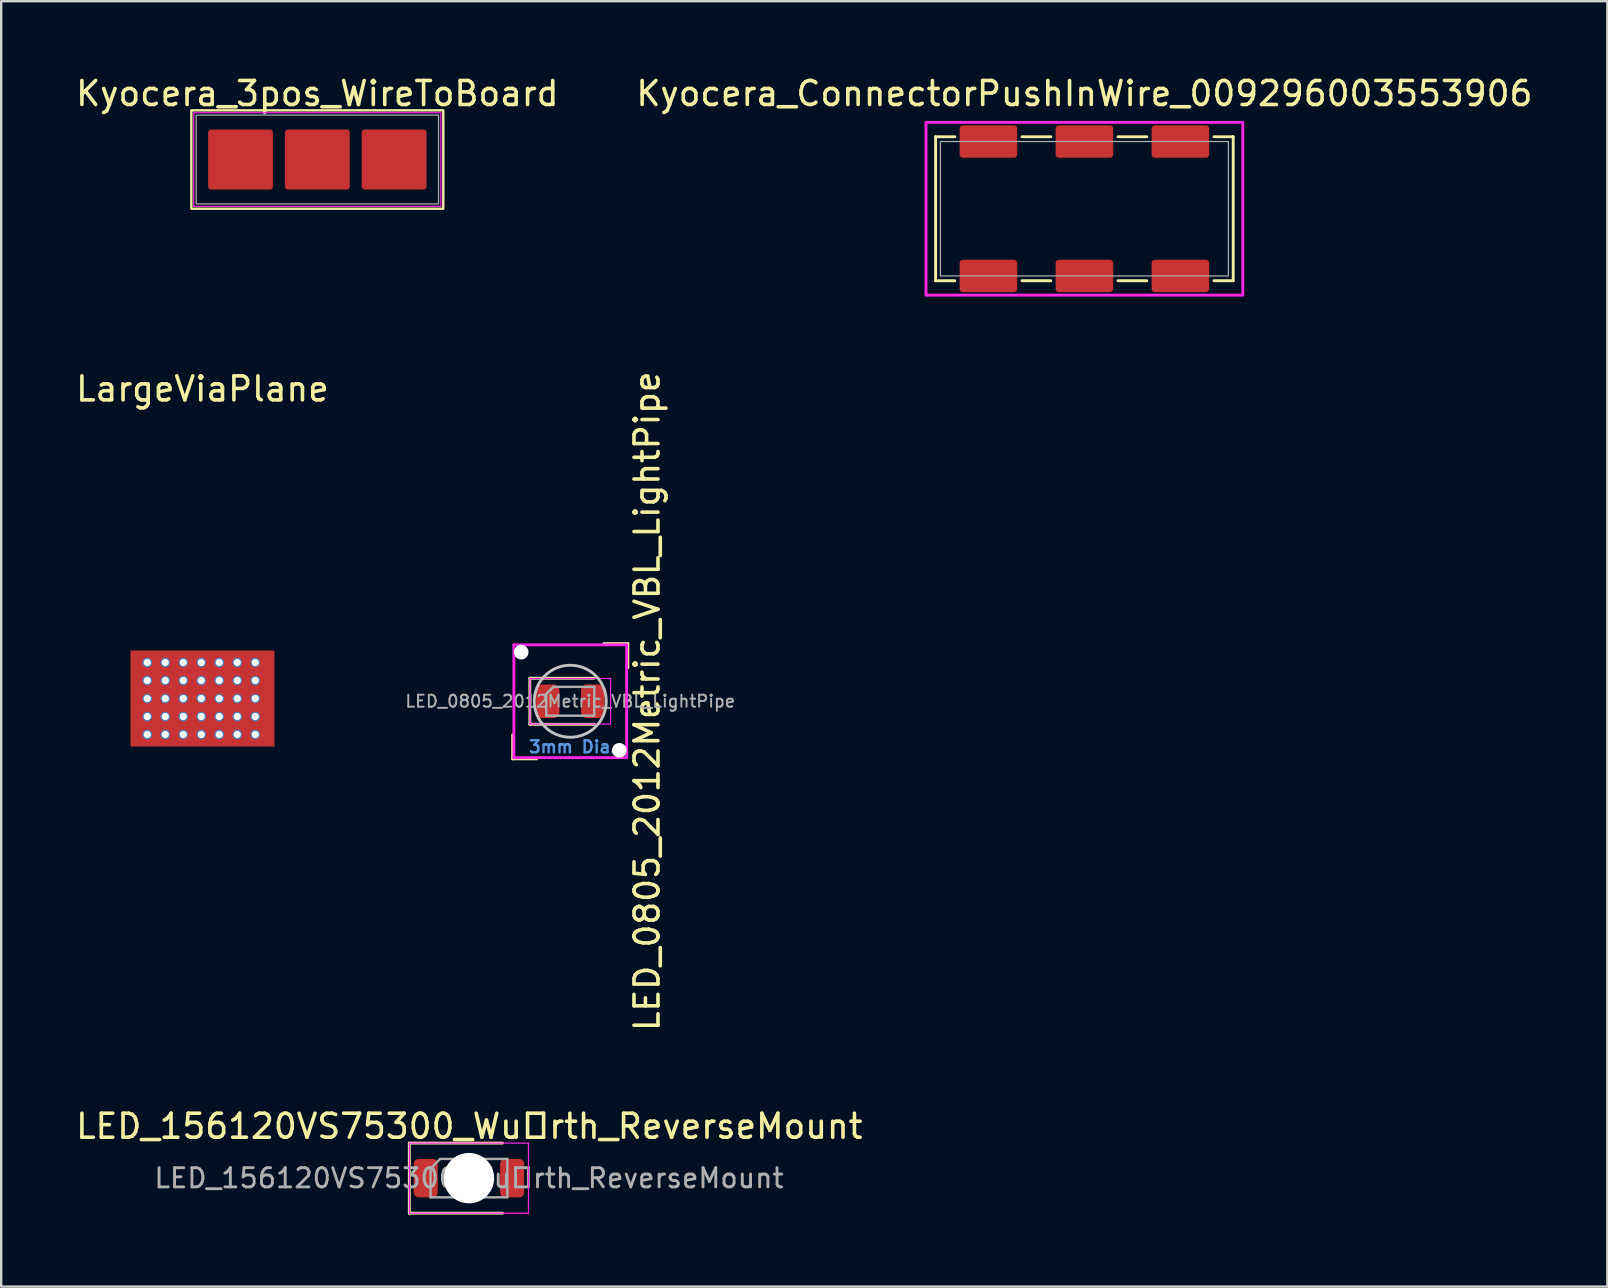
<source format=kicad_pcb>
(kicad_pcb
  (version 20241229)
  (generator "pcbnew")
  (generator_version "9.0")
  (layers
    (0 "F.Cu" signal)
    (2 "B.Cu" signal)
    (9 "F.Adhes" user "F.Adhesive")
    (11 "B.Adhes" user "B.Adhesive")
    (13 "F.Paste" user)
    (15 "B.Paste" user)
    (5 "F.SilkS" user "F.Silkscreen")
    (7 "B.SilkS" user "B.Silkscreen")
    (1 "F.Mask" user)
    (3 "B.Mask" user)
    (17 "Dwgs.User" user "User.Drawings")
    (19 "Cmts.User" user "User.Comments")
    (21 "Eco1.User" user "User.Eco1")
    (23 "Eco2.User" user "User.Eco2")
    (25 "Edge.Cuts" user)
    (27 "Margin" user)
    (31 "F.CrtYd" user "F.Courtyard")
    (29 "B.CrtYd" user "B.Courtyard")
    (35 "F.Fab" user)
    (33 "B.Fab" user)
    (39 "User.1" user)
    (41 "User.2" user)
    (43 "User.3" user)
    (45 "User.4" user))
  (footprint "LED_156120VS75300_Würth_ReverseMount"
    (layer "F.Cu")
    (at 16.506 45.983)
    (property "Reference" "LED_156120VS75300_Würth_ReverseMount" (at 0 -2.1 0) (unlocked yes) (layer "F.SilkS") (effects (font (size 1 1) (thickness 0.15))))
    (attr smd)
    (fp_line (start -2.5 -1.4) (end -2.5 1.52) (stroke (width 0.12) (type solid)) (layer "F.SilkS"))
    (fp_line (start -2.5 1.52) (end 1.385 1.52) (stroke (width 0.12) (type solid)) (layer "F.SilkS"))
    (fp_line (start 1.385 -1.4) (end -2.5 -1.4) (stroke (width 0.12) (type solid)) (layer "F.SilkS"))
    (fp_line (start -2.495 -1.4) (end 2.465 -1.4) (stroke (width 0.05) (type solid)) (layer "F.CrtYd"))
    (fp_line (start -2.495 1.52) (end -2.495 -1.4) (stroke (width 0.05) (type solid)) (layer "F.CrtYd"))
    (fp_line (start 2.465 -1.4) (end 2.465 1.52) (stroke (width 0.05) (type solid)) (layer "F.CrtYd"))
    (fp_line (start 2.465 1.52) (end -2.495 1.52) (stroke (width 0.05) (type solid)) (layer "F.CrtYd"))
    (fp_line (start -1.615 -0.34) (end -1.615 0.86) (stroke (width 0.1) (type solid)) (layer "F.Fab"))
    (fp_line (start -1.615 0.86) (end 1.585 0.86) (stroke (width 0.1) (type solid)) (layer "F.Fab"))
    (fp_line (start -1.215 -0.74) (end -1.615 -0.34) (stroke (width 0.1) (type solid)) (layer "F.Fab"))
    (fp_line (start 1.585 -0.74) (end -1.215 -0.74) (stroke (width 0.1) (type solid)) (layer "F.Fab"))
    (fp_line (start 1.585 0.86) (end 1.585 -0.74) (stroke (width 0.1) (type solid)) (layer "F.Fab"))
    (fp_text user "${REFERENCE}" (at -0.015 0.06 180) (layer "F.Fab") (effects (font (size 0.8 0.8) (thickness 0.12))))
    (pad "" np_thru_hole circle (at -0.015 0.06) (size 2.1 2.1) (drill 2.1) (layers "*.Cu" "*.Mask"))
    (pad "1" smd roundrect (at -1.815 0.06) (size 1 1.6) (layers "F.Cu" "F.Mask" "F.Paste") (roundrect_rratio 0.2))
    (pad "2" smd roundrect (at 1.785 0.06) (size 1 1.6) (layers "F.Cu" "F.Mask" "F.Paste") (roundrect_rratio 0.2)))
  (footprint "Kyocera_ConnectorPushInWire_009296003553906"
    (layer "F.Cu")
    (at 42.137 5.648)
    (property "Reference" "Kyocera_ConnectorPushInWire_009296003553906" (at 0 -4.8 0) (unlocked yes) (layer "F.SilkS") (effects (font (size 1 1) (thickness 0.15))))
    (attr smd)
    (fp_line (start -6.2 -3) (end -6.2 3) (stroke (width 0.12) (type solid)) (layer "F.SilkS"))
    (fp_line (start -6.2 3) (end -5.4 3) (stroke (width 0.12) (type solid)) (layer "F.SilkS"))
    (fp_line (start -5.4 -3) (end -6.2 -3) (stroke (width 0.12) (type solid)) (layer "F.SilkS"))
    (fp_line (start -2.6 3) (end -1.4 3) (stroke (width 0.12) (type solid)) (layer "F.SilkS"))
    (fp_line (start -1.4 -3) (end -2.6 -3) (stroke (width 0.12) (type solid)) (layer "F.SilkS"))
    (fp_line (start 1.4 3) (end 2.6 3) (stroke (width 0.12) (type solid)) (layer "F.SilkS"))
    (fp_line (start 2.6 -3) (end 1.4 -3) (stroke (width 0.12) (type solid)) (layer "F.SilkS"))
    (fp_line (start 5.4 3) (end 6.2 3) (stroke (width 0.12) (type solid)) (layer "F.SilkS"))
    (fp_line (start 6.2 -3) (end 5.4 -3) (stroke (width 0.12) (type solid)) (layer "F.SilkS"))
    (fp_line (start 6.2 3) (end 6.2 -3) (stroke (width 0.12) (type solid)) (layer "F.SilkS"))
    (fp_rect (start -6.6 -3.6) (end 6.6 3.6) (stroke (width 0.12) (type solid)) (fill no) (layer "F.CrtYd"))
    (fp_rect (start -6 -2.8) (end 6 2.8) (stroke (width 0.05) (type solid)) (fill no) (layer "F.Fab"))
    (pad "1" smd roundrect (at -4 -2.8) (size 2.4 1.35) (layers "F.Cu" "F.Mask" "F.Paste") (roundrect_rratio 0.1))
    (pad "1" smd roundrect (at -4 2.8) (size 2.4 1.35) (layers "F.Cu" "F.Mask" "F.Paste") (roundrect_rratio 0.1))
    (pad "2" smd roundrect (at 0 -2.8) (size 2.4 1.35) (layers "F.Cu" "F.Mask" "F.Paste") (roundrect_rratio 0.1))
    (pad "2" smd roundrect (at 0 2.8) (size 2.4 1.35) (layers "F.Cu" "F.Mask" "F.Paste") (roundrect_rratio 0.1))
    (pad "3" smd roundrect (at 4 -2.8) (size 2.4 1.35) (layers "F.Cu" "F.Mask" "F.Paste") (roundrect_rratio 0.1))
    (pad "3" smd roundrect (at 4 2.8) (size 2.4 1.35) (layers "F.Cu" "F.Mask" "F.Paste") (roundrect_rratio 0.1)))
  (footprint "LargeViaPlane"
    (layer "F.Cu")
    (at 5.387 26.157)
    (property "Reference" "LargeViaPlane" (at 0 -13 0) (unlocked yes) (layer "F.SilkS") (effects (font (size 1 1) (thickness 0.15))))
    (attr smd)
    (pad "1" thru_hole circle (at -2.3 -1.6) (size 0.4 0.4) (drill 0.3) (layers "*.Cu" "*.Mask"))
    (pad "1" thru_hole circle (at -2.3 -0.85) (size 0.4 0.4) (drill 0.3) (layers "*.Cu" "*.Mask"))
    (pad "1" thru_hole circle (at -2.3 -0.1) (size 0.4 0.4) (drill 0.3) (layers "*.Cu" "*.Mask"))
    (pad "1" thru_hole circle (at -2.3 0.65) (size 0.4 0.4) (drill 0.3) (layers "*.Cu" "*.Mask"))
    (pad "1" thru_hole circle (at -2.3 1.4) (size 0.4 0.4) (drill 0.3) (layers "*.Cu" "*.Mask"))
    (pad "1" thru_hole circle (at -1.55 -1.6) (size 0.4 0.4) (drill 0.3) (layers "*.Cu" "*.Mask"))
    (pad "1" thru_hole circle (at -1.55 -0.85) (size 0.4 0.4) (drill 0.3) (layers "*.Cu" "*.Mask"))
    (pad "1" thru_hole circle (at -1.55 -0.1) (size 0.4 0.4) (drill 0.3) (layers "*.Cu" "*.Mask"))
    (pad "1" thru_hole circle (at -1.55 0.65) (size 0.4 0.4) (drill 0.3) (layers "*.Cu" "*.Mask"))
    (pad "1" thru_hole circle (at -1.55 1.4) (size 0.4 0.4) (drill 0.3) (layers "*.Cu" "*.Mask"))
    (pad "1" thru_hole circle (at -0.8 -1.6) (size 0.4 0.4) (drill 0.3) (layers "*.Cu" "*.Mask"))
    (pad "1" thru_hole circle (at -0.8 -0.85) (size 0.4 0.4) (drill 0.3) (layers "*.Cu" "*.Mask"))
    (pad "1" thru_hole circle (at -0.8 -0.1) (size 0.4 0.4) (drill 0.3) (layers "*.Cu" "*.Mask"))
    (pad "1" thru_hole circle (at -0.8 0.65) (size 0.4 0.4) (drill 0.3) (layers "*.Cu" "*.Mask"))
    (pad "1" thru_hole circle (at -0.8 1.4) (size 0.4 0.4) (drill 0.3) (layers "*.Cu" "*.Mask"))
    (pad "1" thru_hole circle (at -0.05 -1.6) (size 0.4 0.4) (drill 0.3) (layers "*.Cu" "*.Mask"))
    (pad "1" thru_hole circle (at -0.05 -0.85) (size 0.4 0.4) (drill 0.3) (layers "*.Cu" "*.Mask"))
    (pad "1" thru_hole circle (at -0.05 -0.1) (size 0.4 0.4) (drill 0.3) (layers "*.Cu" "*.Mask"))
    (pad "1" thru_hole circle (at -0.05 0.65) (size 0.4 0.4) (drill 0.3) (layers "*.Cu" "*.Mask"))
    (pad "1" thru_hole circle (at -0.05 1.4) (size 0.4 0.4) (drill 0.3) (layers "*.Cu" "*.Mask"))
    (pad "1" smd rect (at 0 -0.1) (size 6 4) (layers "F.Cu" "F.Mask" "F.Paste"))
    (pad "1" thru_hole circle (at 0.7 -1.6) (size 0.4 0.4) (drill 0.3) (layers "*.Cu" "*.Mask"))
    (pad "1" thru_hole circle (at 0.7 -0.85) (size 0.4 0.4) (drill 0.3) (layers "*.Cu" "*.Mask"))
    (pad "1" thru_hole circle (at 0.7 -0.1) (size 0.4 0.4) (drill 0.3) (layers "*.Cu" "*.Mask"))
    (pad "1" thru_hole circle (at 0.7 0.65) (size 0.4 0.4) (drill 0.3) (layers "*.Cu" "*.Mask"))
    (pad "1" thru_hole circle (at 0.7 1.4) (size 0.4 0.4) (drill 0.3) (layers "*.Cu" "*.Mask"))
    (pad "1" thru_hole circle (at 1.45 -1.6) (size 0.4 0.4) (drill 0.3) (layers "*.Cu" "*.Mask"))
    (pad "1" thru_hole circle (at 1.45 -0.85) (size 0.4 0.4) (drill 0.3) (layers "*.Cu" "*.Mask"))
    (pad "1" thru_hole circle (at 1.45 -0.1) (size 0.4 0.4) (drill 0.3) (layers "*.Cu" "*.Mask"))
    (pad "1" thru_hole circle (at 1.45 0.65) (size 0.4 0.4) (drill 0.3) (layers "*.Cu" "*.Mask"))
    (pad "1" thru_hole circle (at 1.45 1.4) (size 0.4 0.4) (drill 0.3) (layers "*.Cu" "*.Mask"))
    (pad "1" thru_hole circle (at 2.2 -1.6) (size 0.4 0.4) (drill 0.3) (layers "*.Cu" "*.Mask"))
    (pad "1" thru_hole circle (at 2.2 -0.85) (size 0.4 0.4) (drill 0.3) (layers "*.Cu" "*.Mask"))
    (pad "1" thru_hole circle (at 2.2 -0.1) (size 0.4 0.4) (drill 0.3) (layers "*.Cu" "*.Mask"))
    (pad "1" thru_hole circle (at 2.2 0.65) (size 0.4 0.4) (drill 0.3) (layers "*.Cu" "*.Mask"))
    (pad "1" thru_hole circle (at 2.2 1.4) (size 0.4 0.4) (drill 0.3) (layers "*.Cu" "*.Mask")))
  (footprint "Kyocera_3pos_WireToBoard"
    (layer "F.Cu")
    (at 10.173 3.598)
    (property "Reference" "Kyocera_3pos_WireToBoard" (at 0 -2.75 0) (unlocked yes) (layer "F.SilkS") (effects (font (size 1 1) (thickness 0.15))))
    (attr smd)
    (fp_rect (start -5.25 -2.05) (end 5.25 2.05) (stroke (width 0.1) (type solid)) (fill no) (layer "F.SilkS"))
    (fp_rect (start -5.15 -1.95) (end 5.15 1.95) (stroke (width 0.05) (type solid)) (fill no) (layer "F.CrtYd"))
    (fp_rect (start -5.05 -1.85) (end 5.05 1.85) (stroke (width 0.05) (type solid)) (fill no) (layer "F.Fab"))
    (pad "1" smd roundrect (at -3.2 0) (size 2.7 2.5) (layers "F.Cu" "F.Mask" "F.Paste") (roundrect_rratio 0.05))
    (pad "2" smd roundrect (at 0 0) (size 2.7 2.5) (layers "F.Cu" "F.Mask" "F.Paste") (roundrect_rratio 0.05))
    (pad "3" smd roundrect (at 3.2 0) (size 2.7 2.5) (layers "F.Cu" "F.Mask" "F.Paste") (roundrect_rratio 0.05)))
  (footprint "LED_0805_2012Metric_VBL_LightPipe"
    (layer "F.Cu")
    (at 20.713 26.171)
    (property "Reference" "LED_0805_2012Metric_VBL_LightPipe" (at 3.2 0 270) (layer "F.SilkS") (effects (font (size 1 1) (thickness 0.15))))
    (attr smd)
    (fp_line (start -2.4 2.4) (end -2.4 1.4) (stroke (width 0.12) (type solid)) (layer "F.SilkS"))
    (fp_line (start -2.4 2.4) (end -1.4 2.4) (stroke (width 0.12) (type solid)) (layer "F.SilkS"))
    (fp_line (start -1.685 -0.96) (end -1.685 0.96) (stroke (width 0.12) (type solid)) (layer "F.SilkS"))
    (fp_line (start -1.685 0.96) (end 1 0.96) (stroke (width 0.12) (type solid)) (layer "F.SilkS"))
    (fp_line (start 1 -0.96) (end -1.685 -0.96) (stroke (width 0.12) (type solid)) (layer "F.SilkS"))
    (fp_line (start 2.4 -2.4) (end 1.4 -2.4) (stroke (width 0.12) (type solid)) (layer "F.SilkS"))
    (fp_line (start 2.4 -2.4) (end 2.4 -1.4) (stroke (width 0.12) (type solid)) (layer "F.SilkS"))
    (fp_circle (center 0 0) (end 0 1.5) (stroke (width 0.12) (type solid)) (fill no) (layer "Dwgs.User"))
    (fp_line (start -2.35 -2.35) (end -2.35 2.35) (stroke (width 0.12) (type solid)) (layer "F.CrtYd"))
    (fp_line (start -2.35 -2.35) (end 2.35 -2.35) (stroke (width 0.12) (type solid)) (layer "F.CrtYd"))
    (fp_line (start -2.35 2.35) (end 2.35 2.35) (stroke (width 0.12) (type solid)) (layer "F.CrtYd"))
    (fp_line (start -1.68 -0.95) (end 1.68 -0.95) (stroke (width 0.05) (type solid)) (layer "F.CrtYd"))
    (fp_line (start -1.68 0.95) (end -1.68 -0.95) (stroke (width 0.05) (type solid)) (layer "F.CrtYd"))
    (fp_line (start 1.68 -0.95) (end 1.68 0.95) (stroke (width 0.05) (type solid)) (layer "F.CrtYd"))
    (fp_line (start 1.68 0.95) (end -1.68 0.95) (stroke (width 0.05) (type solid)) (layer "F.CrtYd"))
    (fp_line (start 2.35 -2.35) (end 2.35 2.35) (stroke (width 0.12) (type solid)) (layer "F.CrtYd"))
    (fp_line (start -1 -0.3) (end -1 0.6) (stroke (width 0.1) (type solid)) (layer "F.Fab"))
    (fp_line (start -1 0.6) (end 1 0.6) (stroke (width 0.1) (type solid)) (layer "F.Fab"))
    (fp_line (start -0.7 -0.6) (end -1 -0.3) (stroke (width 0.1) (type solid)) (layer "F.Fab"))
    (fp_line (start 1 -0.6) (end -0.7 -0.6) (stroke (width 0.1) (type solid)) (layer "F.Fab"))
    (fp_line (start 1 0.6) (end 1 -0.6) (stroke (width 0.1) (type solid)) (layer "F.Fab"))
    (fp_text user "3mm Dia." (at 0.1 1.9 180) (layer "Cmts.User") (effects (font (size 0.5 0.5) (thickness 0.1))))
    (fp_text user "${REFERENCE}" (at 0 0 0) (layer "F.Fab") (effects (font (size 0.5 0.5) (thickness 0.08))))
    (pad "" np_thru_hole circle (at -2.045 -2.045) (size 0.61 0.61) (drill 0.61) (layers "*.Cu" "*.Mask"))
    (pad "" np_thru_hole circle (at 2.045 2.045) (size 0.61 0.61) (drill 0.61) (layers "*.Cu" "*.Mask"))
    (pad "1" smd roundrect (at -0.938 0) (size 0.975 1.4) (layers "F.Cu" "F.Mask" "F.Paste") (roundrect_rratio 0.25))
    (pad "2" smd roundrect (at 0.938 0) (size 0.975 1.4) (layers "F.Cu" "F.Mask" "F.Paste") (roundrect_rratio 0.25)))
  (gr_rect
    (start -3 -3)
    (end 63.929 50.563)
    (stroke (width 0.1) (type default))
    (fill no)
    (layer "Edge.Cuts")))
</source>
